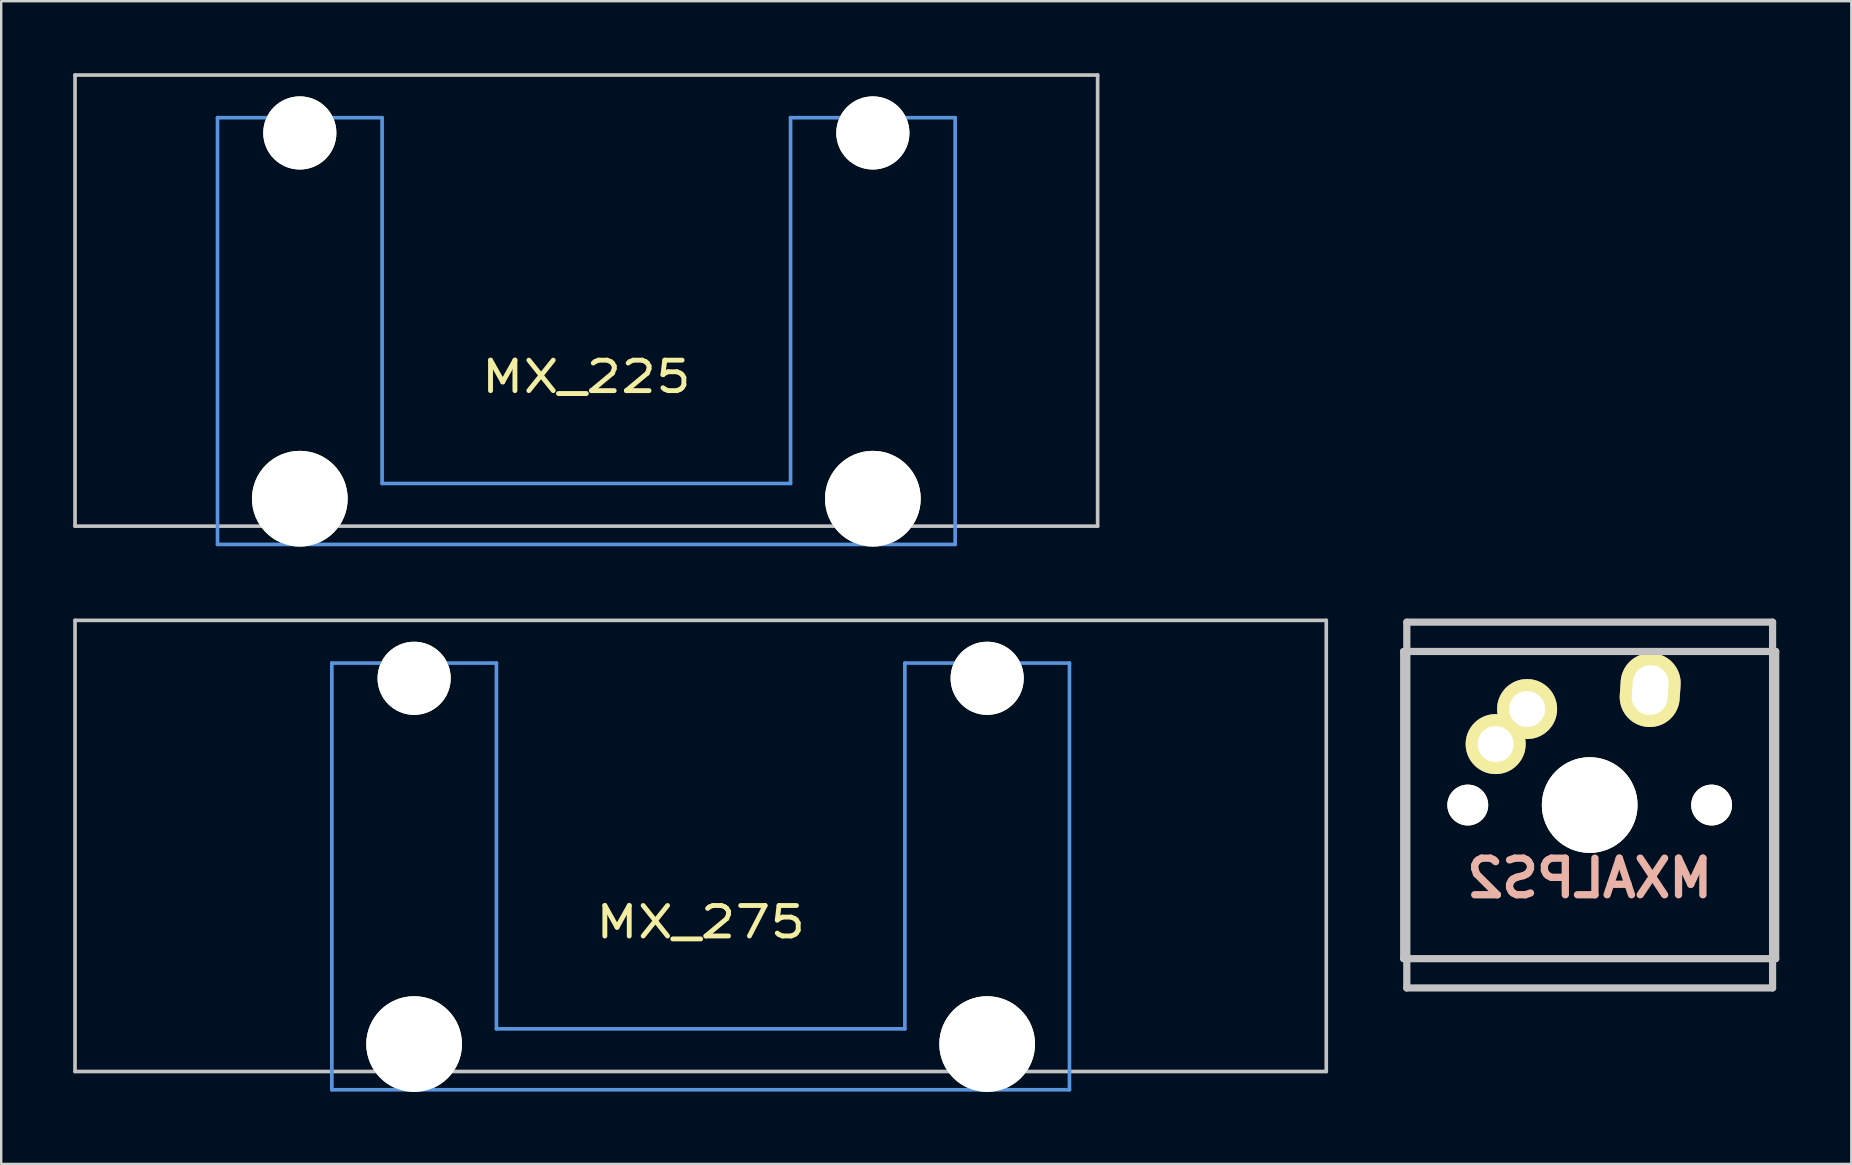
<source format=kicad_pcb>
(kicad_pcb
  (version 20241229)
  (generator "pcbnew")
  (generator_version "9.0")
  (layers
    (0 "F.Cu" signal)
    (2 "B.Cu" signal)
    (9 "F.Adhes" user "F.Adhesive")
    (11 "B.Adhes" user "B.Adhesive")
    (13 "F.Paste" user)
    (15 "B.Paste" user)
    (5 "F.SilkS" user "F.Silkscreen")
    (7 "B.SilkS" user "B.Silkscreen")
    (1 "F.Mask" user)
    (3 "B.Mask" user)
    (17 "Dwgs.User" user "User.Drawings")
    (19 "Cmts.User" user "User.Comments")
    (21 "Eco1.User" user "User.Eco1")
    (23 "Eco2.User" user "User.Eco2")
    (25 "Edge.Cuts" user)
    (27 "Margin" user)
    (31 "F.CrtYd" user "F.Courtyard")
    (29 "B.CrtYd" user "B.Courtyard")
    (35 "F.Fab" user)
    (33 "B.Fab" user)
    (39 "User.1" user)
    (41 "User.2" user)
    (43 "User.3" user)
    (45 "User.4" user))
  (footprint "MX_225"
    (layer "F.Cu")
    (at 21.38 9.474)
    (property "Reference" "MX_225" (at 0 3.175 0) (layer "F.SilkS") (effects (font (size 1.27 1.524) (thickness 0.203))))
    (attr through_hole)
    (fp_line (start -21.304 -9.398) (end 21.304 -9.398) (stroke (width 0.152) (type solid)) (layer "Dwgs.User"))
    (fp_line (start -21.304 9.398) (end -21.304 -9.398) (stroke (width 0.152) (type solid)) (layer "Dwgs.User"))
    (fp_line (start 21.304 -9.398) (end 21.304 9.398) (stroke (width 0.152) (type solid)) (layer "Dwgs.User"))
    (fp_line (start 21.304 9.398) (end -21.304 9.398) (stroke (width 0.152) (type solid)) (layer "Dwgs.User"))
    (fp_line (start -15.367 -7.62) (end -15.367 10.16) (stroke (width 0.152) (type solid)) (layer "Cmts.User"))
    (fp_line (start -15.367 10.16) (end 15.367 10.16) (stroke (width 0.152) (type solid)) (layer "Cmts.User"))
    (fp_line (start -8.509 -7.62) (end -15.367 -7.62) (stroke (width 0.152) (type solid)) (layer "Cmts.User"))
    (fp_line (start -8.509 7.62) (end -8.509 -7.62) (stroke (width 0.152) (type solid)) (layer "Cmts.User"))
    (fp_line (start 8.509 -7.62) (end 8.509 7.62) (stroke (width 0.152) (type solid)) (layer "Cmts.User"))
    (fp_line (start 8.509 7.62) (end -8.509 7.62) (stroke (width 0.152) (type solid)) (layer "Cmts.User"))
    (fp_line (start 15.367 -7.62) (end 8.509 -7.62) (stroke (width 0.152) (type solid)) (layer "Cmts.User"))
    (fp_line (start 15.367 10.16) (end 15.367 -7.62) (stroke (width 0.152) (type solid)) (layer "Cmts.User"))
    (pad "" np_thru_hole circle (at -11.938 -6.985) (size 3.048 3.048) (drill 3.048) (layers "*.Cu" "*.Mask" "F.SilkS"))
    (pad "" np_thru_hole circle (at -11.938 8.255) (size 3.988 3.988) (drill 3.988) (layers "*.Cu" "*.Mask" "F.SilkS"))
    (pad "" np_thru_hole circle (at 11.938 -6.985) (size 3.048 3.048) (drill 3.048) (layers "*.Cu" "*.Mask" "F.SilkS"))
    (pad "" np_thru_hole circle (at 11.938 8.255) (size 3.988 3.988) (drill 3.988) (layers "*.Cu" "*.Mask" "F.SilkS")))
  (footprint "MXALPS2"
    (layer "F.Cu")
    (at 63.186 30.493)
    (property "Reference" "MXALPS2" (at 0 3.048 0) (layer "B.SilkS") (effects (font (size 1.524 1.524) (thickness 0.305)) (justify mirror)))
    (attr through_hole)
    (fp_line (start -7.75 6.4) (end -7.75 -6.4) (stroke (width 0.3) (type solid)) (layer "Dwgs.User"))
    (fp_line (start -7.75 6.4) (end 7.75 6.4) (stroke (width 0.3) (type solid)) (layer "Dwgs.User"))
    (fp_line (start -7.62 -7.62) (end 7.62 -7.62) (stroke (width 0.3) (type solid)) (layer "Dwgs.User"))
    (fp_line (start -7.62 7.62) (end -7.62 -7.62) (stroke (width 0.3) (type solid)) (layer "Dwgs.User"))
    (fp_line (start 7.62 -7.62) (end 7.62 7.62) (stroke (width 0.3) (type solid)) (layer "Dwgs.User"))
    (fp_line (start 7.62 7.62) (end -7.62 7.62) (stroke (width 0.3) (type solid)) (layer "Dwgs.User"))
    (fp_line (start 7.75 -6.4) (end -7.75 -6.4) (stroke (width 0.3) (type solid)) (layer "Dwgs.User"))
    (fp_line (start 7.75 6.4) (end 7.75 -6.4) (stroke (width 0.3) (type solid)) (layer "Dwgs.User"))
    (pad "" np_thru_hole circle (at -5.08 0) (size 1.702 1.702) (drill 1.702) (layers "*.Cu" "*.Mask" "F.SilkS"))
    (pad "" np_thru_hole circle (at 0 0) (size 3.988 3.988) (drill 3.988) (layers "*.Cu" "*.Mask" "F.SilkS"))
    (pad "" np_thru_hole circle (at 5.08 0) (size 1.702 1.702) (drill 1.702) (layers "*.Cu" "*.Mask" "F.SilkS"))
    (pad "1" thru_hole circle (at -3.918 -2.54) (size 2.5 2.5) (drill 1.5) (layers "*.Cu" "*.Mask" "F.SilkS"))
    (pad "1" thru_hole circle (at -2.608 -4) (size 2.5 2.5) (drill 1.5) (layers "*.Cu" "*.Mask" "F.SilkS"))
    (pad "2" thru_hole oval (at 2.52 -4.79 356.1) (size 2.5 3.08) (drill oval 1.5 2.08) (layers "*.Cu" "*.Mask" "F.SilkS")))
  (footprint "MX_275"
    (layer "F.Cu")
    (at 26.143 32.197)
    (property "Reference" "MX_275" (at 0 3.175 0) (layer "F.SilkS") (effects (font (size 1.27 1.524) (thickness 0.203))))
    (attr through_hole)
    (fp_line (start -26.067 -9.398) (end 26.067 -9.398) (stroke (width 0.152) (type solid)) (layer "Dwgs.User"))
    (fp_line (start -26.067 9.398) (end -26.067 -9.398) (stroke (width 0.152) (type solid)) (layer "Dwgs.User"))
    (fp_line (start 26.067 -9.398) (end 26.067 9.398) (stroke (width 0.152) (type solid)) (layer "Dwgs.User"))
    (fp_line (start 26.067 9.398) (end -26.067 9.398) (stroke (width 0.152) (type solid)) (layer "Dwgs.User"))
    (fp_line (start -15.367 -7.62) (end -15.367 10.16) (stroke (width 0.152) (type solid)) (layer "Cmts.User"))
    (fp_line (start -15.367 10.16) (end 15.367 10.16) (stroke (width 0.152) (type solid)) (layer "Cmts.User"))
    (fp_line (start -8.509 -7.62) (end -15.367 -7.62) (stroke (width 0.152) (type solid)) (layer "Cmts.User"))
    (fp_line (start -8.509 7.62) (end -8.509 -7.62) (stroke (width 0.152) (type solid)) (layer "Cmts.User"))
    (fp_line (start 8.509 -7.62) (end 8.509 7.62) (stroke (width 0.152) (type solid)) (layer "Cmts.User"))
    (fp_line (start 8.509 7.62) (end -8.509 7.62) (stroke (width 0.152) (type solid)) (layer "Cmts.User"))
    (fp_line (start 15.367 -7.62) (end 8.509 -7.62) (stroke (width 0.152) (type solid)) (layer "Cmts.User"))
    (fp_line (start 15.367 10.16) (end 15.367 -7.62) (stroke (width 0.152) (type solid)) (layer "Cmts.User"))
    (pad "" np_thru_hole circle (at -11.938 -6.985) (size 3.048 3.048) (drill 3.048) (layers "*.Cu" "*.Mask" "F.SilkS"))
    (pad "" np_thru_hole circle (at -11.938 8.255) (size 3.988 3.988) (drill 3.988) (layers "*.Cu" "*.Mask" "F.SilkS"))
    (pad "" np_thru_hole circle (at 11.938 -6.985) (size 3.048 3.048) (drill 3.048) (layers "*.Cu" "*.Mask" "F.SilkS"))
    (pad "" np_thru_hole circle (at 11.938 8.255) (size 3.988 3.988) (drill 3.988) (layers "*.Cu" "*.Mask" "F.SilkS")))
  (gr_rect
    (start -3 -3)
    (end 74.086 45.446)
    (stroke (width 0.1) (type default))
    (fill no)
    (layer "Edge.Cuts")))
</source>
